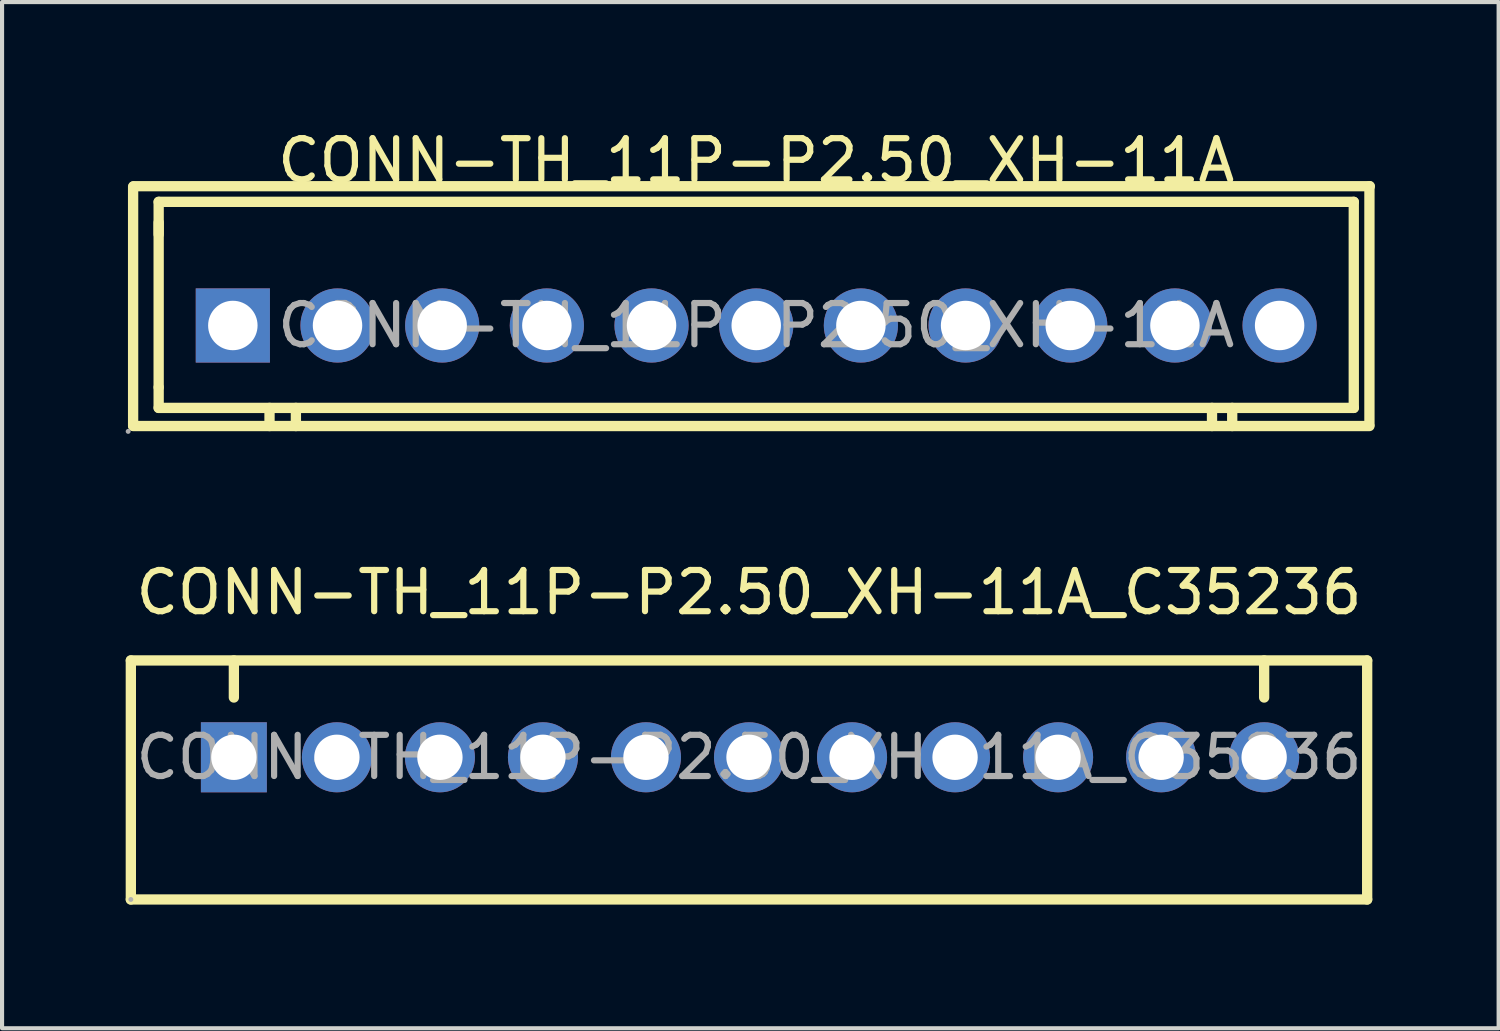
<source format=kicad_pcb>
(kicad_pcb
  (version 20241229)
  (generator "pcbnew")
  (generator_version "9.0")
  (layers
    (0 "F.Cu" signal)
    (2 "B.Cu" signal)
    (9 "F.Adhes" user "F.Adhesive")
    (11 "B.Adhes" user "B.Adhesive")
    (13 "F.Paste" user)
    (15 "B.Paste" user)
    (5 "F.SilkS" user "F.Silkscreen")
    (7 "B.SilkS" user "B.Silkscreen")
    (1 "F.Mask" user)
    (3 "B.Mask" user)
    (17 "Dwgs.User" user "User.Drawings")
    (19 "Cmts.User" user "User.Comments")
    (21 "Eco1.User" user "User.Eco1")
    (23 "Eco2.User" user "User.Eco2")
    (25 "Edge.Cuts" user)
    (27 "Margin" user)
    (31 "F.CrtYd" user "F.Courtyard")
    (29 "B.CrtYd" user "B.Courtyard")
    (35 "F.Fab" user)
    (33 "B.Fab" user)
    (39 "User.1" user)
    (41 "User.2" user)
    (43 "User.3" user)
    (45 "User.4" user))
  (footprint "CONN-TH_11P-P2.50_XH-11A"
    (layer "F.Cu")
    (at 15.3 4.848)
    (property "Reference" "CONN-TH_11P-P2.50_XH-11A" (at 0 -4 0) (layer "F.SilkS") (effects (font (size 1 1) (thickness 0.15))))
    (attr through_hole)
    (fp_line (start -15.12 -3.37) (end -15.12 2.43) (stroke (width 0.25) (type solid)) (layer "F.SilkS"))
    (fp_line (start -15.12 2.44) (end 14.88 2.44) (stroke (width 0.25) (type solid)) (layer "F.SilkS"))
    (fp_line (start -15.11 -3.38) (end 14.89 -3.38) (stroke (width 0.25) (type solid)) (layer "F.SilkS"))
    (fp_line (start -14.5 -3) (end -14.5 -2.21) (stroke (width 0.25) (type solid)) (layer "F.SilkS"))
    (fp_line (start -14.5 -2.5) (end -14.5 1.5) (stroke (width 0.25) (type solid)) (layer "F.SilkS"))
    (fp_line (start -14.5 1.5) (end -14.5 2) (stroke (width 0.25) (type solid)) (layer "F.SilkS"))
    (fp_line (start -14.5 2) (end 14.5 2) (stroke (width 0.25) (type solid)) (layer "F.SilkS"))
    (fp_line (start -11.81 2) (end -11.81 2.44) (stroke (width 0.25) (type solid)) (layer "F.SilkS"))
    (fp_line (start -11.17 2) (end -11.17 2.44) (stroke (width 0.25) (type solid)) (layer "F.SilkS"))
    (fp_line (start 11.06 2) (end 11.06 2.44) (stroke (width 0.25) (type solid)) (layer "F.SilkS"))
    (fp_line (start 11.55 2) (end 11.55 2.44) (stroke (width 0.25) (type solid)) (layer "F.SilkS"))
    (fp_line (start 14.5 -3) (end -14.5 -3) (stroke (width 0.25) (type solid)) (layer "F.SilkS"))
    (fp_line (start 14.5 2) (end 14.5 -3) (stroke (width 0.25) (type solid)) (layer "F.SilkS"))
    (fp_line (start 14.88 -3.38) (end 14.88 2.41) (stroke (width 0.25) (type solid)) (layer "F.SilkS"))
    (fp_circle (center -15.24 2.57) (end -15.21 2.57) (stroke (width 0.06) (type solid)) (fill no) (layer "F.Fab"))
    (fp_circle (center -12.7 0) (end -12.45 0) (stroke (width 0.5) (type solid)) (fill no) (layer "F.Fab"))
    (fp_circle (center -10.16 0) (end -9.91 0) (stroke (width 0.5) (type solid)) (fill no) (layer "F.Fab"))
    (fp_circle (center -7.62 0) (end -7.37 0) (stroke (width 0.5) (type solid)) (fill no) (layer "F.Fab"))
    (fp_circle (center -5.08 0) (end -4.83 0) (stroke (width 0.5) (type solid)) (fill no) (layer "F.Fab"))
    (fp_circle (center -2.54 0) (end -2.29 0) (stroke (width 0.5) (type solid)) (fill no) (layer "F.Fab"))
    (fp_circle (center 0 0) (end 0.25 0) (stroke (width 0.5) (type solid)) (fill no) (layer "F.Fab"))
    (fp_circle (center 2.54 0) (end 2.79 0) (stroke (width 0.5) (type solid)) (fill no) (layer "F.Fab"))
    (fp_circle (center 5.08 0) (end 5.33 0) (stroke (width 0.5) (type solid)) (fill no) (layer "F.Fab"))
    (fp_circle (center 7.62 0) (end 7.87 0) (stroke (width 0.5) (type solid)) (fill no) (layer "F.Fab"))
    (fp_circle (center 10.16 0) (end 10.41 0) (stroke (width 0.5) (type solid)) (fill no) (layer "F.Fab"))
    (fp_circle (center 12.7 0) (end 12.95 0) (stroke (width 0.5) (type solid)) (fill no) (layer "F.Fab"))
    (fp_text user "${REFERENCE}" (at 0 0 0) (layer "F.Fab") (effects (font (size 1 1) (thickness 0.15))))
    (pad "1" thru_hole rect (at -12.7 0) (size 1.8 1.8) (drill 1.2) (layers "*.Cu" "*.Paste" "*.Mask"))
    (pad "2" thru_hole circle (at -10.16 0) (size 1.8 1.8) (drill 1.2) (layers "*.Cu" "*.Paste" "*.Mask"))
    (pad "3" thru_hole circle (at -7.62 0) (size 1.8 1.8) (drill 1.2) (layers "*.Cu" "*.Paste" "*.Mask"))
    (pad "4" thru_hole circle (at -5.08 0) (size 1.8 1.8) (drill 1.2) (layers "*.Cu" "*.Paste" "*.Mask"))
    (pad "5" thru_hole circle (at -2.54 0) (size 1.8 1.8) (drill 1.2) (layers "*.Cu" "*.Paste" "*.Mask"))
    (pad "6" thru_hole circle (at 0 0) (size 1.8 1.8) (drill 1.2) (layers "*.Cu" "*.Paste" "*.Mask"))
    (pad "7" thru_hole circle (at 2.54 0) (size 1.8 1.8) (drill 1.2) (layers "*.Cu" "*.Paste" "*.Mask"))
    (pad "8" thru_hole circle (at 5.08 0) (size 1.8 1.8) (drill 1.2) (layers "*.Cu" "*.Paste" "*.Mask"))
    (pad "9" thru_hole circle (at 7.62 0) (size 1.8 1.8) (drill 1.2) (layers "*.Cu" "*.Paste" "*.Mask"))
    (pad "10" thru_hole circle (at 10.16 0) (size 1.8 1.8) (drill 1.2) (layers "*.Cu" "*.Paste" "*.Mask"))
    (pad "11" thru_hole circle (at 12.7 0) (size 1.8 1.8) (drill 1.2) (layers "*.Cu" "*.Paste" "*.Mask")))
  (footprint "CONN-TH_11P-P2.50_XH-11A_C35236"
    (layer "F.Cu")
    (at 15.125 15.326)
    (property "Reference" "CONN-TH_11P-P2.50_XH-11A_C35236" (at 0 -4 0) (layer "F.SilkS") (effects (font (size 1 1) (thickness 0.15))))
    (attr through_hole)
    (fp_line (start -15 -2.35) (end -15 3.45) (stroke (width 0.25) (type solid)) (layer "F.SilkS"))
    (fp_line (start -15 3.45) (end 15 3.45) (stroke (width 0.25) (type solid)) (layer "F.SilkS"))
    (fp_line (start -12.5 -1.45) (end -12.5 -2.35) (stroke (width 0.25) (type solid)) (layer "F.SilkS"))
    (fp_line (start 12.5 -1.45) (end 12.5 -2.35) (stroke (width 0.25) (type solid)) (layer "F.SilkS"))
    (fp_line (start 15 -2.35) (end -15 -2.35) (stroke (width 0.25) (type solid)) (layer "F.SilkS"))
    (fp_line (start 15 -2.35) (end 15 3.45) (stroke (width 0.25) (type solid)) (layer "F.SilkS"))
    (fp_circle (center -15 3.45) (end -14.97 3.45) (stroke (width 0.06) (type solid)) (fill no) (layer "F.Fab"))
    (fp_circle (center -12.5 0) (end -12.34 0) (stroke (width 0.32) (type solid)) (fill no) (layer "F.Fab"))
    (fp_circle (center -10 0) (end -9.84 0) (stroke (width 0.32) (type solid)) (fill no) (layer "F.Fab"))
    (fp_circle (center -7.5 0) (end -7.34 0) (stroke (width 0.32) (type solid)) (fill no) (layer "F.Fab"))
    (fp_circle (center -5 0) (end -4.84 0) (stroke (width 0.32) (type solid)) (fill no) (layer "F.Fab"))
    (fp_circle (center -2.5 0) (end -2.34 0) (stroke (width 0.32) (type solid)) (fill no) (layer "F.Fab"))
    (fp_circle (center 0 0) (end 0.16 0) (stroke (width 0.32) (type solid)) (fill no) (layer "F.Fab"))
    (fp_circle (center 2.5 0) (end 2.66 0) (stroke (width 0.32) (type solid)) (fill no) (layer "F.Fab"))
    (fp_circle (center 5 0) (end 5.16 0) (stroke (width 0.32) (type solid)) (fill no) (layer "F.Fab"))
    (fp_circle (center 7.5 0) (end 7.66 0) (stroke (width 0.32) (type solid)) (fill no) (layer "F.Fab"))
    (fp_circle (center 10 0) (end 10.16 0) (stroke (width 0.32) (type solid)) (fill no) (layer "F.Fab"))
    (fp_circle (center 12.5 0) (end 12.66 0) (stroke (width 0.32) (type solid)) (fill no) (layer "F.Fab"))
    (fp_text user "${REFERENCE}" (at 0 0 0) (layer "F.Fab") (effects (font (size 1 1) (thickness 0.15))))
    (pad "1" thru_hole rect (at -12.5 0 180) (size 1.6 1.7) (drill 1.1) (layers "*.Cu" "*.Paste" "*.Mask"))
    (pad "2" thru_hole circle (at -10 0 180) (size 1.7 1.7) (drill 1.1) (layers "*.Cu" "*.Paste" "*.Mask"))
    (pad "3" thru_hole circle (at -7.5 0 180) (size 1.7 1.7) (drill 1.1) (layers "*.Cu" "*.Paste" "*.Mask"))
    (pad "4" thru_hole circle (at -5 0 180) (size 1.7 1.7) (drill 1.1) (layers "*.Cu" "*.Paste" "*.Mask"))
    (pad "5" thru_hole circle (at -2.5 0 180) (size 1.7 1.7) (drill 1.1) (layers "*.Cu" "*.Paste" "*.Mask"))
    (pad "6" thru_hole circle (at 0 0 180) (size 1.7 1.7) (drill 1.1) (layers "*.Cu" "*.Paste" "*.Mask"))
    (pad "7" thru_hole circle (at 2.5 0 180) (size 1.7 1.7) (drill 1.1) (layers "*.Cu" "*.Paste" "*.Mask"))
    (pad "8" thru_hole circle (at 5 0 180) (size 1.7 1.7) (drill 1.1) (layers "*.Cu" "*.Paste" "*.Mask"))
    (pad "9" thru_hole circle (at 7.5 0 180) (size 1.7 1.7) (drill 1.1) (layers "*.Cu" "*.Paste" "*.Mask"))
    (pad "10" thru_hole circle (at 10 0 180) (size 1.7 1.7) (drill 1.1) (layers "*.Cu" "*.Paste" "*.Mask"))
    (pad "11" thru_hole circle (at 12.5 0 180) (size 1.7 1.7) (drill 1.1) (layers "*.Cu" "*.Paste" "*.Mask")))
  (gr_rect
    (start -3 -3)
    (end 33.315 21.901)
    (stroke (width 0.1) (type default))
    (fill no)
    (layer "Edge.Cuts")))
</source>
